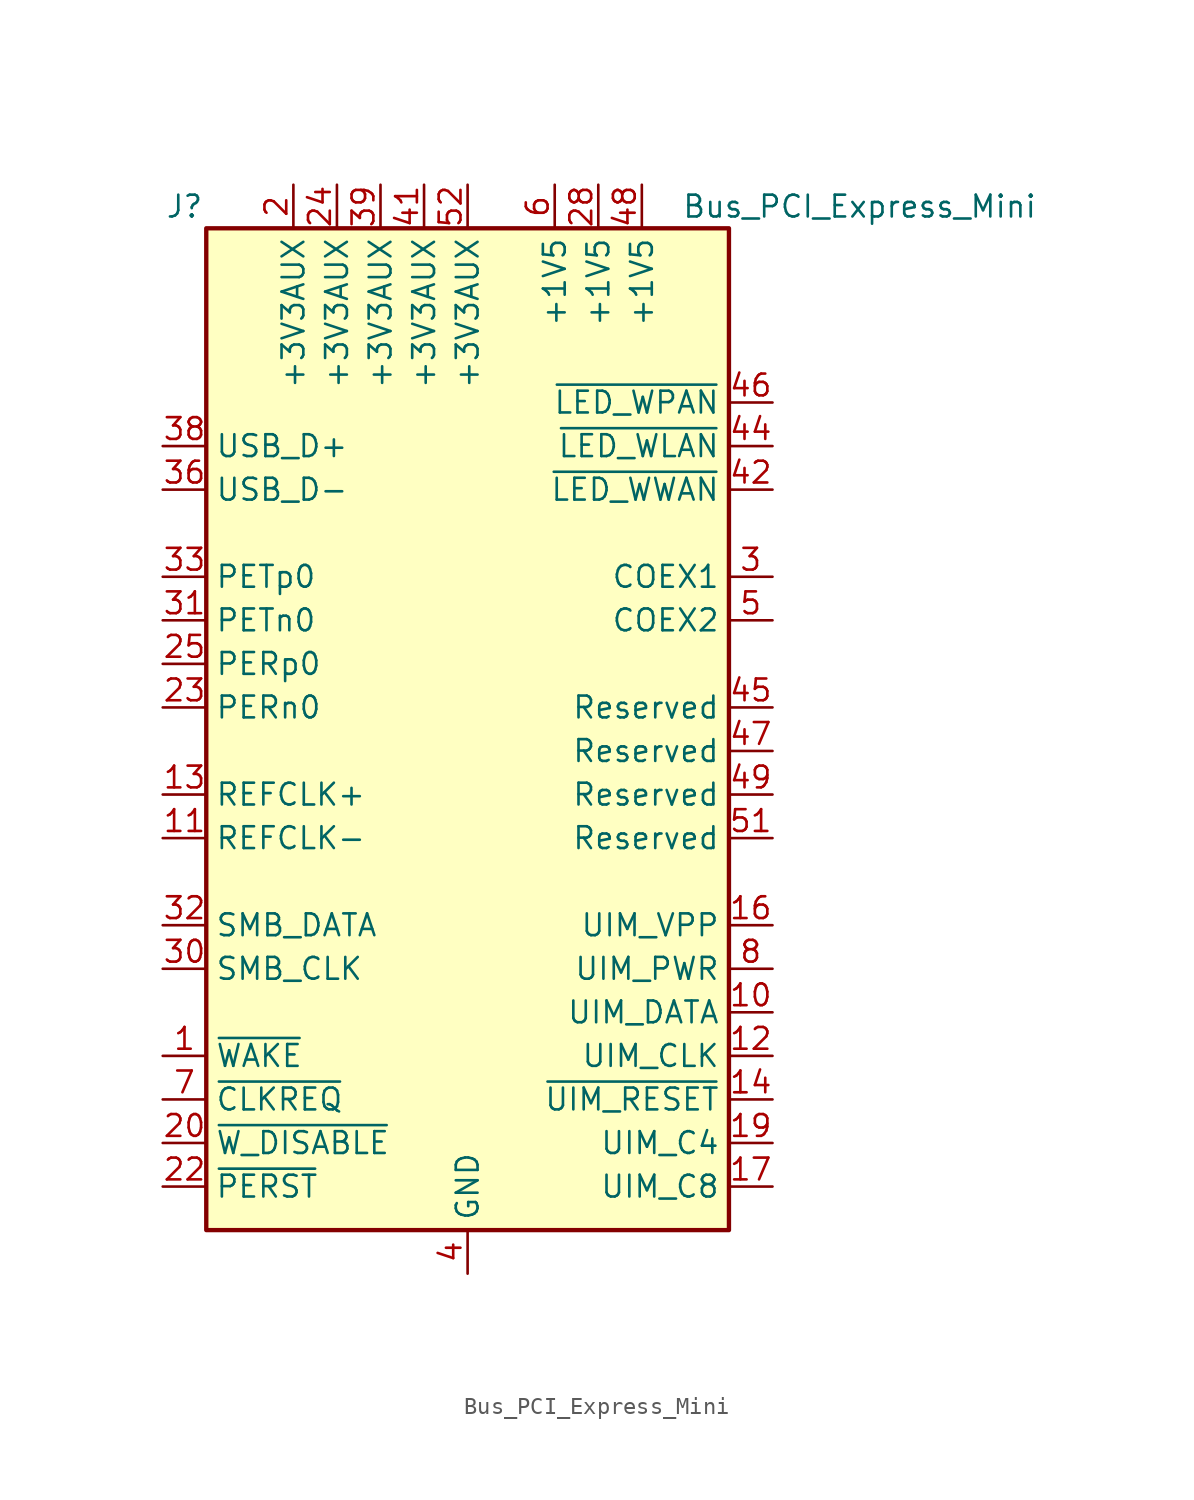
<source format=kicad_sym>
(kicad_symbol_lib
  (version 20201005)
  (generator kicad_symbol_editor)
  (symbol "Bus_PCI_Express_Mini"
    (property "Reference" "J"
      (at -16.51 31.75 0)
      (effects (font (size 1.27 1.27))))
    (property "Value" "Bus_PCI_Express_Mini"
      (at 22.86 31.75 0)
      (effects (font (size 1.27 1.27))))
    (symbol "Bus_PCI_Express_Mini_0_1"
      (rectangle (start -15.24 30.48) (end 15.24 -27.94) (stroke (width 0.254)) (fill (type background))))
    (symbol "Bus_PCI_Express_Mini_1_1"
      (pin open_collector line (at -17.78 -17.78 0) (length 2.54) (name "~WAKE" (effects (font (size 1.27 1.27)))) (number "1" (effects (font (size 1.27 1.27)))))
      (pin bidirectional line (at 17.78 -15.24 180) (length 2.54) (name "UIM_DATA" (effects (font (size 1.27 1.27)))) (number "10" (effects (font (size 1.27 1.27)))))
      (pin input line (at -17.78 -5.08 0) (length 2.54) (name "REFCLK-" (effects (font (size 1.27 1.27)))) (number "11" (effects (font (size 1.27 1.27)))))
      (pin output line (at 17.78 -17.78 180) (length 2.54) (name "UIM_CLK" (effects (font (size 1.27 1.27)))) (number "12" (effects (font (size 1.27 1.27)))))
      (pin input line (at -17.78 -2.54 0) (length 2.54) (name "REFCLK+" (effects (font (size 1.27 1.27)))) (number "13" (effects (font (size 1.27 1.27)))))
      (pin output line (at 17.78 -20.32 180) (length 2.54) (name "~UIM_RESET" (effects (font (size 1.27 1.27)))) (number "14" (effects (font (size 1.27 1.27)))))
      (pin passive line (at 0 -30.48 90) (length 2.54) hide (name "GND" (effects (font (size 1.27 1.27)))) (number "15" (effects (font (size 1.27 1.27)))))
      (pin power_out line (at 17.78 -10.16 180) (length 2.54) (name "UIM_VPP" (effects (font (size 1.27 1.27)))) (number "16" (effects (font (size 1.27 1.27)))))
      (pin passive line (at 17.78 -25.4 180) (length 2.54) (name "UIM_C8" (effects (font (size 1.27 1.27)))) (number "17" (effects (font (size 1.27 1.27)))))
      (pin passive line (at 0 -30.48 90) (length 2.54) hide (name "GND" (effects (font (size 1.27 1.27)))) (number "18" (effects (font (size 1.27 1.27)))))
      (pin passive line (at 17.78 -22.86 180) (length 2.54) (name "UIM_C4" (effects (font (size 1.27 1.27)))) (number "19" (effects (font (size 1.27 1.27)))))
      (pin power_in line (at -10.16 33.02 270) (length 2.54) (name "+3V3AUX" (effects (font (size 1.27 1.27)))) (number "2" (effects (font (size 1.27 1.27)))))
      (pin input line (at -17.78 -22.86 0) (length 2.54) (name "~W_DISABLE" (effects (font (size 1.27 1.27)))) (number "20" (effects (font (size 1.27 1.27)))))
      (pin passive line (at 0 -30.48 90) (length 2.54) hide (name "GND" (effects (font (size 1.27 1.27)))) (number "21" (effects (font (size 1.27 1.27)))))
      (pin input line (at -17.78 -25.4 0) (length 2.54) (name "~PERST" (effects (font (size 1.27 1.27)))) (number "22" (effects (font (size 1.27 1.27)))))
      (pin output line (at -17.78 2.54 0) (length 2.54) (name "PERn0" (effects (font (size 1.27 1.27)))) (number "23" (effects (font (size 1.27 1.27)))))
      (pin power_in line (at -7.62 33.02 270) (length 2.54) (name "+3V3AUX" (effects (font (size 1.27 1.27)))) (number "24" (effects (font (size 1.27 1.27)))))
      (pin output line (at -17.78 5.08 0) (length 2.54) (name "PERp0" (effects (font (size 1.27 1.27)))) (number "25" (effects (font (size 1.27 1.27)))))
      (pin passive line (at 0 -30.48 90) (length 2.54) hide (name "GND" (effects (font (size 1.27 1.27)))) (number "26" (effects (font (size 1.27 1.27)))))
      (pin passive line (at 0 -30.48 90) (length 2.54) hide (name "GND" (effects (font (size 1.27 1.27)))) (number "27" (effects (font (size 1.27 1.27)))))
      (pin power_in line (at 7.62 33.02 270) (length 2.54) (name "+1V5" (effects (font (size 1.27 1.27)))) (number "28" (effects (font (size 1.27 1.27)))))
      (pin passive line (at 0 -30.48 90) (length 2.54) hide (name "GND" (effects (font (size 1.27 1.27)))) (number "29" (effects (font (size 1.27 1.27)))))
      (pin passive line (at 17.78 10.16 180) (length 2.54) (name "COEX1" (effects (font (size 1.27 1.27)))) (number "3" (effects (font (size 1.27 1.27)))))
      (pin input line (at -17.78 -12.7 0) (length 2.54) (name "SMB_CLK" (effects (font (size 1.27 1.27)))) (number "30" (effects (font (size 1.27 1.27)))))
      (pin input line (at -17.78 7.62 0) (length 2.54) (name "PETn0" (effects (font (size 1.27 1.27)))) (number "31" (effects (font (size 1.27 1.27)))))
      (pin bidirectional line (at -17.78 -10.16 0) (length 2.54) (name "SMB_DATA" (effects (font (size 1.27 1.27)))) (number "32" (effects (font (size 1.27 1.27)))))
      (pin input line (at -17.78 10.16 0) (length 2.54) (name "PETp0" (effects (font (size 1.27 1.27)))) (number "33" (effects (font (size 1.27 1.27)))))
      (pin passive line (at 0 -30.48 90) (length 2.54) hide (name "GND" (effects (font (size 1.27 1.27)))) (number "34" (effects (font (size 1.27 1.27)))))
      (pin passive line (at 0 -30.48 90) (length 2.54) hide (name "GND" (effects (font (size 1.27 1.27)))) (number "35" (effects (font (size 1.27 1.27)))))
      (pin bidirectional line (at -17.78 15.24 0) (length 2.54) (name "USB_D-" (effects (font (size 1.27 1.27)))) (number "36" (effects (font (size 1.27 1.27)))))
      (pin passive line (at 0 -30.48 90) (length 2.54) hide (name "GND" (effects (font (size 1.27 1.27)))) (number "37" (effects (font (size 1.27 1.27)))))
      (pin bidirectional line (at -17.78 17.78 0) (length 2.54) (name "USB_D+" (effects (font (size 1.27 1.27)))) (number "38" (effects (font (size 1.27 1.27)))))
      (pin power_in line (at -5.08 33.02 270) (length 2.54) (name "+3V3AUX" (effects (font (size 1.27 1.27)))) (number "39" (effects (font (size 1.27 1.27)))))
      (pin power_in line (at 0 -30.48 90) (length 2.54) (name "GND" (effects (font (size 1.27 1.27)))) (number "4" (effects (font (size 1.27 1.27)))))
      (pin passive line (at 0 -30.48 90) (length 2.54) hide (name "GND" (effects (font (size 1.27 1.27)))) (number "40" (effects (font (size 1.27 1.27)))))
      (pin power_in line (at -2.54 33.02 270) (length 2.54) (name "+3V3AUX" (effects (font (size 1.27 1.27)))) (number "41" (effects (font (size 1.27 1.27)))))
      (pin open_collector line (at 17.78 15.24 180) (length 2.54) (name "~LED_WWAN" (effects (font (size 1.27 1.27)))) (number "42" (effects (font (size 1.27 1.27)))))
      (pin passive line (at 0 -30.48 90) (length 2.54) hide (name "GND" (effects (font (size 1.27 1.27)))) (number "43" (effects (font (size 1.27 1.27)))))
      (pin open_collector line (at 17.78 17.78 180) (length 2.54) (name "~LED_WLAN" (effects (font (size 1.27 1.27)))) (number "44" (effects (font (size 1.27 1.27)))))
      (pin passive line (at 17.78 2.54 180) (length 2.54) (name "Reserved" (effects (font (size 1.27 1.27)))) (number "45" (effects (font (size 1.27 1.27)))))
      (pin open_collector line (at 17.78 20.32 180) (length 2.54) (name "~LED_WPAN" (effects (font (size 1.27 1.27)))) (number "46" (effects (font (size 1.27 1.27)))))
      (pin passive line (at 17.78 0 180) (length 2.54) (name "Reserved" (effects (font (size 1.27 1.27)))) (number "47" (effects (font (size 1.27 1.27)))))
      (pin power_in line (at 10.16 33.02 270) (length 2.54) (name "+1V5" (effects (font (size 1.27 1.27)))) (number "48" (effects (font (size 1.27 1.27)))))
      (pin passive line (at 17.78 -2.54 180) (length 2.54) (name "Reserved" (effects (font (size 1.27 1.27)))) (number "49" (effects (font (size 1.27 1.27)))))
      (pin passive line (at 17.78 7.62 180) (length 2.54) (name "COEX2" (effects (font (size 1.27 1.27)))) (number "5" (effects (font (size 1.27 1.27)))))
      (pin passive line (at 0 -30.48 90) (length 2.54) hide (name "GND" (effects (font (size 1.27 1.27)))) (number "50" (effects (font (size 1.27 1.27)))))
      (pin passive line (at 17.78 -5.08 180) (length 2.54) (name "Reserved" (effects (font (size 1.27 1.27)))) (number "51" (effects (font (size 1.27 1.27)))))
      (pin power_in line (at 0 33.02 270) (length 2.54) (name "+3V3AUX" (effects (font (size 1.27 1.27)))) (number "52" (effects (font (size 1.27 1.27)))))
      (pin power_in line (at 5.08 33.02 270) (length 2.54) (name "+1V5" (effects (font (size 1.27 1.27)))) (number "6" (effects (font (size 1.27 1.27)))))
      (pin open_collector line (at -17.78 -20.32 0) (length 2.54) (name "~CLKREQ" (effects (font (size 1.27 1.27)))) (number "7" (effects (font (size 1.27 1.27)))))
      (pin power_out line (at 17.78 -12.7 180) (length 2.54) (name "UIM_PWR" (effects (font (size 1.27 1.27)))) (number "8" (effects (font (size 1.27 1.27)))))
      (pin passive line (at 0 -30.48 90) (length 2.54) hide (name "GND" (effects (font (size 1.27 1.27)))) (number "9" (effects (font (size 1.27 1.27))))))))
</source>
